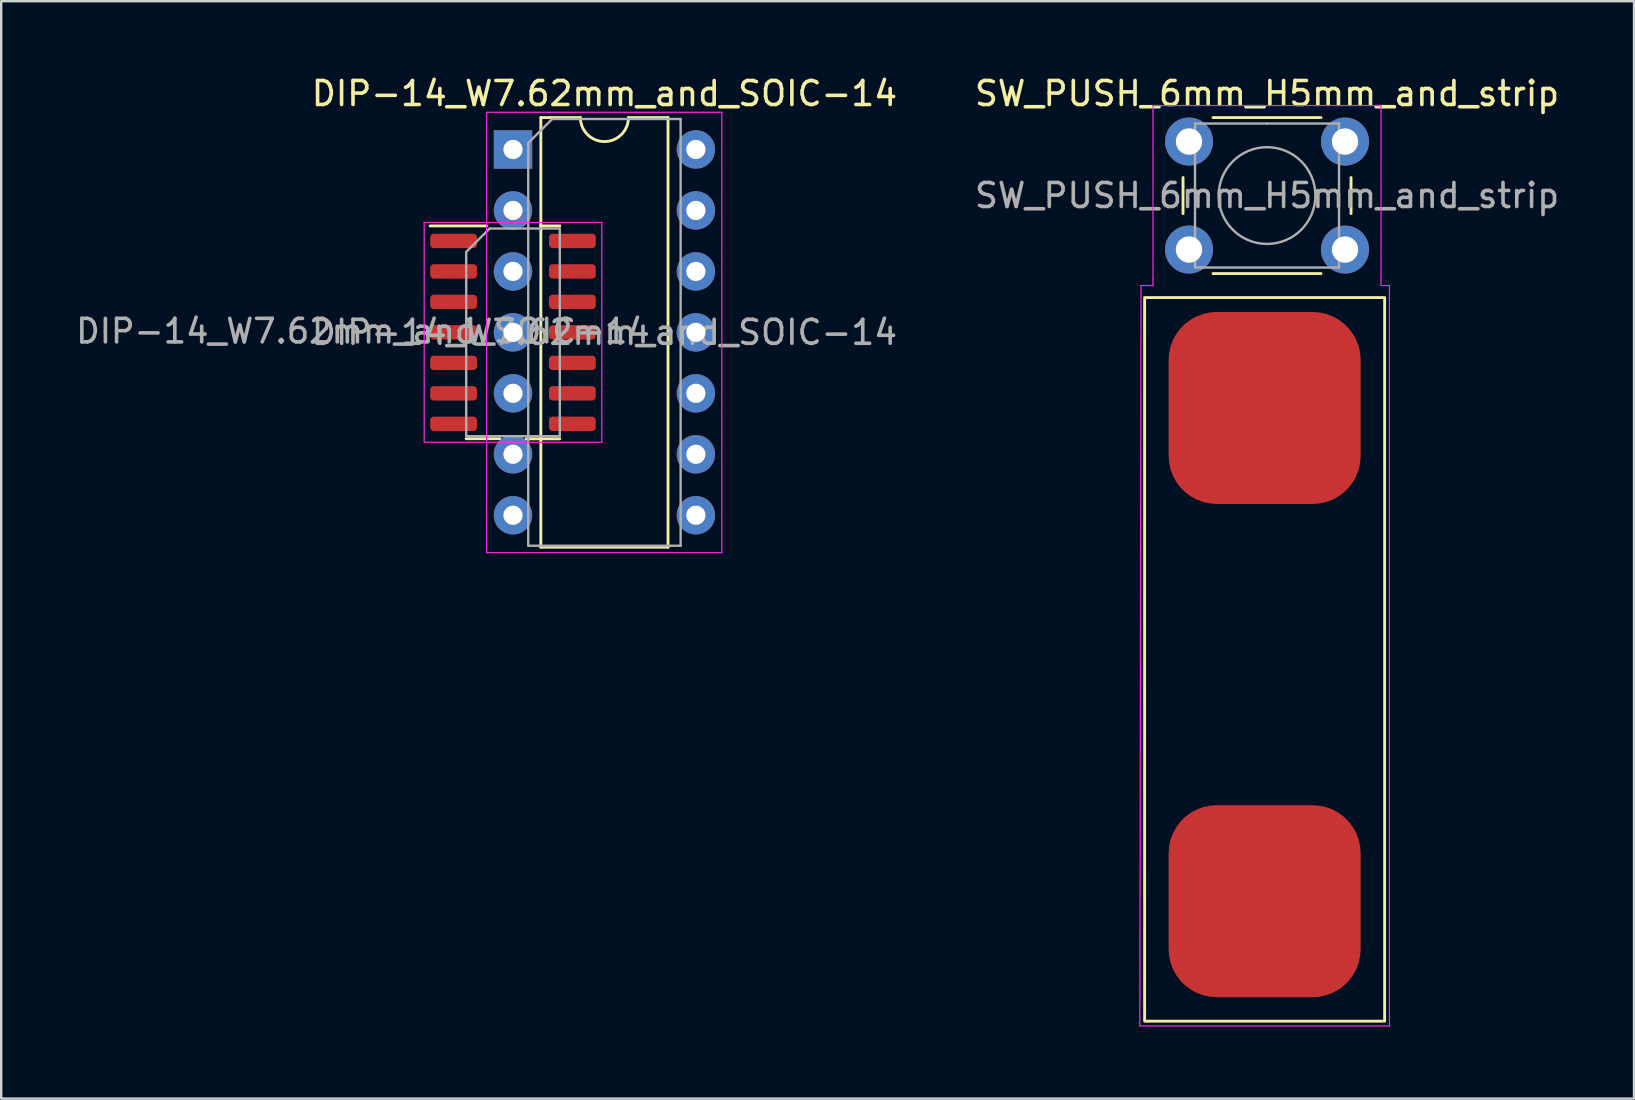
<source format=kicad_pcb>
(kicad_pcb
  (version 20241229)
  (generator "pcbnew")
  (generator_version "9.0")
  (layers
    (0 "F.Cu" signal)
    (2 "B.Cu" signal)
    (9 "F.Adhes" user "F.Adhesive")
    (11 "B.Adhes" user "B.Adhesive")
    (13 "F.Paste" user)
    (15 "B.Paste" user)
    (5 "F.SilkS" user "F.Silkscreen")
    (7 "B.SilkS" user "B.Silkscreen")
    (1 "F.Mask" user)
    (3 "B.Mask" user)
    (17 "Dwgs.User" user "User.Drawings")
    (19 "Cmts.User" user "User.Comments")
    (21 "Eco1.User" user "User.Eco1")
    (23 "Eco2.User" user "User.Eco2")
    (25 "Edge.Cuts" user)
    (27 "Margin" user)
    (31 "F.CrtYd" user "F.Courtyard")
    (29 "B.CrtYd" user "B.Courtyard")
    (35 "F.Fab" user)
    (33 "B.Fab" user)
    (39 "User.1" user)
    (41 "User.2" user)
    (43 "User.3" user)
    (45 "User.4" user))
  (footprint "DIP-14_W7.62mm_and_SOIC-14"
    (layer "F.Cu")
    (at 18.324 3.178)
    (property "Reference" "DIP-14_W7.62mm_and_SOIC-14" (at 3.81 -2.33 0) (layer "F.SilkS") (effects (font (size 1 1) (thickness 0.15))))
    (attr through_hole)
    (fp_line (start -1.95 12.05) (end -0.55 12.05) (stroke (width 0.12) (type solid)) (layer "F.SilkS"))
    (fp_line (start -1.1 3.185) (end -3.45 3.185) (stroke (width 0.12) (type solid)) (layer "F.SilkS"))
    (fp_line (start 0.55 12.055) (end 1.95 12.055) (stroke (width 0.12) (type solid)) (layer "F.SilkS"))
    (fp_line (start 1.15 3.185) (end 1.95 3.185) (stroke (width 0.12) (type solid)) (layer "F.SilkS"))
    (fp_line (start 1.16 -1.33) (end 1.16 16.57) (stroke (width 0.12) (type solid)) (layer "F.SilkS"))
    (fp_line (start 1.16 16.57) (end 6.46 16.57) (stroke (width 0.12) (type solid)) (layer "F.SilkS"))
    (fp_line (start 2.81 -1.33) (end 1.16 -1.33) (stroke (width 0.12) (type solid)) (layer "F.SilkS"))
    (fp_line (start 6.46 -1.33) (end 4.81 -1.33) (stroke (width 0.12) (type solid)) (layer "F.SilkS"))
    (fp_line (start 6.46 16.57) (end 6.46 -1.33) (stroke (width 0.12) (type solid)) (layer "F.SilkS"))
    (fp_arc (start 4.81 -1.33) (mid 3.81 -0.33) (end 2.81 -1.33) (stroke (width 0.12) (type solid)) (layer "F.SilkS"))
    (fp_line (start -3.7 3.04) (end -3.7 12.2) (stroke (width 0.05) (type solid)) (layer "F.CrtYd"))
    (fp_line (start -3.7 12.2) (end 3.7 12.2) (stroke (width 0.05) (type solid)) (layer "F.CrtYd"))
    (fp_line (start -1.1 -1.55) (end -1.1 16.8) (stroke (width 0.05) (type solid)) (layer "F.CrtYd"))
    (fp_line (start -1.1 16.8) (end 8.7 16.8) (stroke (width 0.05) (type solid)) (layer "F.CrtYd"))
    (fp_line (start 3.7 3.04) (end -3.7 3.04) (stroke (width 0.05) (type solid)) (layer "F.CrtYd"))
    (fp_line (start 3.7 12.2) (end 3.7 3.04) (stroke (width 0.05) (type solid)) (layer "F.CrtYd"))
    (fp_line (start 8.7 -1.55) (end -1.1 -1.55) (stroke (width 0.05) (type solid)) (layer "F.CrtYd"))
    (fp_line (start 8.7 16.8) (end 8.7 -1.55) (stroke (width 0.05) (type solid)) (layer "F.CrtYd"))
    (fp_line (start -1.95 4.27) (end -0.975 3.295) (stroke (width 0.1) (type solid)) (layer "F.Fab"))
    (fp_line (start -1.95 11.945) (end -1.95 4.27) (stroke (width 0.1) (type solid)) (layer "F.Fab"))
    (fp_line (start -0.975 3.295) (end 1.95 3.295) (stroke (width 0.1) (type solid)) (layer "F.Fab"))
    (fp_line (start 0.635 -0.27) (end 1.635 -1.27) (stroke (width 0.1) (type solid)) (layer "F.Fab"))
    (fp_line (start 0.635 16.51) (end 0.635 -0.27) (stroke (width 0.1) (type solid)) (layer "F.Fab"))
    (fp_line (start 1.635 -1.27) (end 6.985 -1.27) (stroke (width 0.1) (type solid)) (layer "F.Fab"))
    (fp_line (start 1.95 3.295) (end 1.95 11.945) (stroke (width 0.1) (type solid)) (layer "F.Fab"))
    (fp_line (start 1.95 11.945) (end -1.95 11.945) (stroke (width 0.1) (type solid)) (layer "F.Fab"))
    (fp_line (start 6.985 -1.27) (end 6.985 16.51) (stroke (width 0.1) (type solid)) (layer "F.Fab"))
    (fp_line (start 6.985 16.51) (end 0.635 16.51) (stroke (width 0.1) (type solid)) (layer "F.Fab"))
    (fp_text user "${REFERENCE}" (at -6.25 7.57 0) (layer "F.Fab") (effects (font (size 0.98 0.98) (thickness 0.15))))
    (fp_text user "${REFERENCE}" (at 3.81 7.62 0) (layer "F.Fab") (effects (font (size 1 1) (thickness 0.15))))
    (pad "1" smd roundrect (at -2.475 3.81) (size 1.95 0.6) (layers "F.Cu" "F.Mask" "F.Paste") (roundrect_rratio 0.25))
    (pad "1" thru_hole rect (at 0 0) (size 1.6 1.6) (drill 0.8) (layers "*.Cu" "*.Mask"))
    (pad "2" smd roundrect (at -2.475 5.08) (size 1.95 0.6) (layers "F.Cu" "F.Mask" "F.Paste") (roundrect_rratio 0.25))
    (pad "2" thru_hole oval (at 0 2.54) (size 1.6 1.6) (drill 0.8) (layers "*.Cu" "*.Mask"))
    (pad "3" smd roundrect (at -2.475 6.35) (size 1.95 0.6) (layers "F.Cu" "F.Mask" "F.Paste") (roundrect_rratio 0.25))
    (pad "3" thru_hole oval (at 0 5.08) (size 1.6 1.6) (drill 0.8) (layers "*.Cu" "*.Mask"))
    (pad "4" smd roundrect (at -2.475 7.62) (size 1.95 0.6) (layers "F.Cu" "F.Mask" "F.Paste") (roundrect_rratio 0.25))
    (pad "4" thru_hole oval (at 0 7.62) (size 1.6 1.6) (drill 0.8) (layers "*.Cu" "*.Mask"))
    (pad "5" smd roundrect (at -2.475 8.89) (size 1.95 0.6) (layers "F.Cu" "F.Mask" "F.Paste") (roundrect_rratio 0.25))
    (pad "5" thru_hole oval (at 0 10.16) (size 1.6 1.6) (drill 0.8) (layers "*.Cu" "*.Mask"))
    (pad "6" smd roundrect (at -2.475 10.16) (size 1.95 0.6) (layers "F.Cu" "F.Mask" "F.Paste") (roundrect_rratio 0.25))
    (pad "6" thru_hole oval (at 0 12.7) (size 1.6 1.6) (drill 0.8) (layers "*.Cu" "*.Mask"))
    (pad "7" smd roundrect (at -2.475 11.43) (size 1.95 0.6) (layers "F.Cu" "F.Mask" "F.Paste") (roundrect_rratio 0.25))
    (pad "7" thru_hole oval (at 0 15.24) (size 1.6 1.6) (drill 0.8) (layers "*.Cu" "*.Mask"))
    (pad "8" smd roundrect (at 2.475 11.43) (size 1.95 0.6) (layers "F.Cu" "F.Mask" "F.Paste") (roundrect_rratio 0.25))
    (pad "8" thru_hole oval (at 7.62 15.24) (size 1.6 1.6) (drill 0.8) (layers "*.Cu" "*.Mask"))
    (pad "9" smd roundrect (at 2.475 10.16) (size 1.95 0.6) (layers "F.Cu" "F.Mask" "F.Paste") (roundrect_rratio 0.25))
    (pad "9" thru_hole oval (at 7.62 12.7) (size 1.6 1.6) (drill 0.8) (layers "*.Cu" "*.Mask"))
    (pad "10" smd roundrect (at 2.475 8.89) (size 1.95 0.6) (layers "F.Cu" "F.Mask" "F.Paste") (roundrect_rratio 0.25))
    (pad "10" thru_hole oval (at 7.62 10.16) (size 1.6 1.6) (drill 0.8) (layers "*.Cu" "*.Mask"))
    (pad "11" smd roundrect (at 2.475 7.62) (size 1.95 0.6) (layers "F.Cu" "F.Mask" "F.Paste") (roundrect_rratio 0.25))
    (pad "11" thru_hole oval (at 7.62 7.62) (size 1.6 1.6) (drill 0.8) (layers "*.Cu" "*.Mask"))
    (pad "12" smd roundrect (at 2.475 6.35) (size 1.95 0.6) (layers "F.Cu" "F.Mask" "F.Paste") (roundrect_rratio 0.25))
    (pad "12" thru_hole oval (at 7.62 5.08) (size 1.6 1.6) (drill 0.8) (layers "*.Cu" "*.Mask"))
    (pad "13" smd roundrect (at 2.475 5.08) (size 1.95 0.6) (layers "F.Cu" "F.Mask" "F.Paste") (roundrect_rratio 0.25))
    (pad "13" thru_hole oval (at 7.62 2.54) (size 1.6 1.6) (drill 0.8) (layers "*.Cu" "*.Mask"))
    (pad "14" smd roundrect (at 2.475 3.81) (size 1.95 0.6) (layers "F.Cu" "F.Mask" "F.Paste") (roundrect_rratio 0.25))
    (pad "14" thru_hole oval (at 7.62 0) (size 1.6 1.6) (drill 0.8) (layers "*.Cu" "*.Mask")))
  (footprint "SW_PUSH_6mm_H5mm_and_strip"
    (layer "F.Cu")
    (at 46.491 2.848)
    (property "Reference" "SW_PUSH_6mm_H5mm_and_strip" (at 3.25 -2 0) (layer "F.SilkS") (effects (font (size 1 1) (thickness 0.15))))
    (attr through_hole)
    (fp_line (start -0.25 1.5) (end -0.25 3) (stroke (width 0.12) (type solid)) (layer "F.SilkS"))
    (fp_line (start 1 5.5) (end 5.5 5.5) (stroke (width 0.12) (type solid)) (layer "F.SilkS"))
    (fp_line (start 5.5 -1) (end 1 -1) (stroke (width 0.12) (type solid)) (layer "F.SilkS"))
    (fp_line (start 6.75 3) (end 6.75 1.5) (stroke (width 0.12) (type solid)) (layer "F.SilkS"))
    (fp_rect (start -1.85 6.5) (end 8.15 36.65) (stroke (width 0.12) (type default)) (fill no) (layer "F.SilkS"))
    (fp_line (start -2.05 36.85) (end -2 6) (stroke (width 0.05) (type default)) (layer "F.CrtYd"))
    (fp_line (start -2 6) (end -1.5 6) (stroke (width 0.05) (type default)) (layer "F.CrtYd"))
    (fp_line (start -1.5 -1.5) (end -1.25 -1.5) (stroke (width 0.05) (type solid)) (layer "F.CrtYd"))
    (fp_line (start -1.5 -1.25) (end -1.5 -1.5) (stroke (width 0.05) (type solid)) (layer "F.CrtYd"))
    (fp_line (start -1.5 5.75) (end -1.5 -1.25) (stroke (width 0.05) (type solid)) (layer "F.CrtYd"))
    (fp_line (start -1.5 5.75) (end -1.5 6) (stroke (width 0.05) (type solid)) (layer "F.CrtYd"))
    (fp_line (start -1.25 -1.5) (end 7.75 -1.5) (stroke (width 0.05) (type solid)) (layer "F.CrtYd"))
    (fp_line (start 7.75 -1.5) (end 8 -1.5) (stroke (width 0.05) (type solid)) (layer "F.CrtYd"))
    (fp_line (start 8 -1.5) (end 8 -1.25) (stroke (width 0.05) (type solid)) (layer "F.CrtYd"))
    (fp_line (start 8 -1.25) (end 8 5.75) (stroke (width 0.05) (type solid)) (layer "F.CrtYd"))
    (fp_line (start 8 6) (end 8 5.75) (stroke (width 0.05) (type solid)) (layer "F.CrtYd"))
    (fp_line (start 8.35 6) (end 8 6) (stroke (width 0.05) (type default)) (layer "F.CrtYd"))
    (fp_line (start 8.35 36.85) (end -2.05 36.85) (stroke (width 0.05) (type solid)) (layer "F.CrtYd"))
    (fp_line (start 8.35 36.85) (end 8.35 6) (stroke (width 0.05) (type default)) (layer "F.CrtYd"))
    (fp_line (start 0.25 -0.75) (end 3.25 -0.75) (stroke (width 0.1) (type solid)) (layer "F.Fab"))
    (fp_line (start 0.25 5.25) (end 0.25 -0.75) (stroke (width 0.1) (type solid)) (layer "F.Fab"))
    (fp_line (start 3.25 -0.75) (end 6.25 -0.75) (stroke (width 0.1) (type solid)) (layer "F.Fab"))
    (fp_line (start 6.25 -0.75) (end 6.25 5.25) (stroke (width 0.1) (type solid)) (layer "F.Fab"))
    (fp_line (start 6.25 5.25) (end 0.25 5.25) (stroke (width 0.1) (type solid)) (layer "F.Fab"))
    (fp_circle (center 3.25 2.25) (end 1.25 2.5) (stroke (width 0.1) (type solid)) (fill no) (layer "F.Fab"))
    (fp_text user "${REFERENCE}" (at 3.25 2.25 0) (layer "F.Fab") (effects (font (size 1 1) (thickness 0.15))))
    (pad "1" thru_hole circle (at 0 0 90) (size 2 2) (drill 1.1) (layers "*.Cu" "*.Mask"))
    (pad "1" smd roundrect (at 3.15 11.1) (size 8 8) (layers "F.Cu" "F.Mask" "F.Paste") (roundrect_rratio 0.25))
    (pad "1" thru_hole circle (at 6.5 0 90) (size 2 2) (drill 1.1) (layers "*.Cu" "*.Mask"))
    (pad "2" thru_hole circle (at 0 4.5 90) (size 2 2) (drill 1.1) (layers "*.Cu" "*.Mask"))
    (pad "2" smd roundrect (at 3.15 31.65) (size 8 8) (layers "F.Cu" "F.Mask" "F.Paste") (roundrect_rratio 0.25))
    (pad "2" thru_hole circle (at 6.5 4.5 90) (size 2 2) (drill 1.1) (layers "*.Cu" "*.Mask")))
  (gr_rect
    (start -3 -3)
    (end 65.032 42.723)
    (stroke (width 0.1) (type default))
    (fill no)
    (layer "Edge.Cuts")))
</source>
